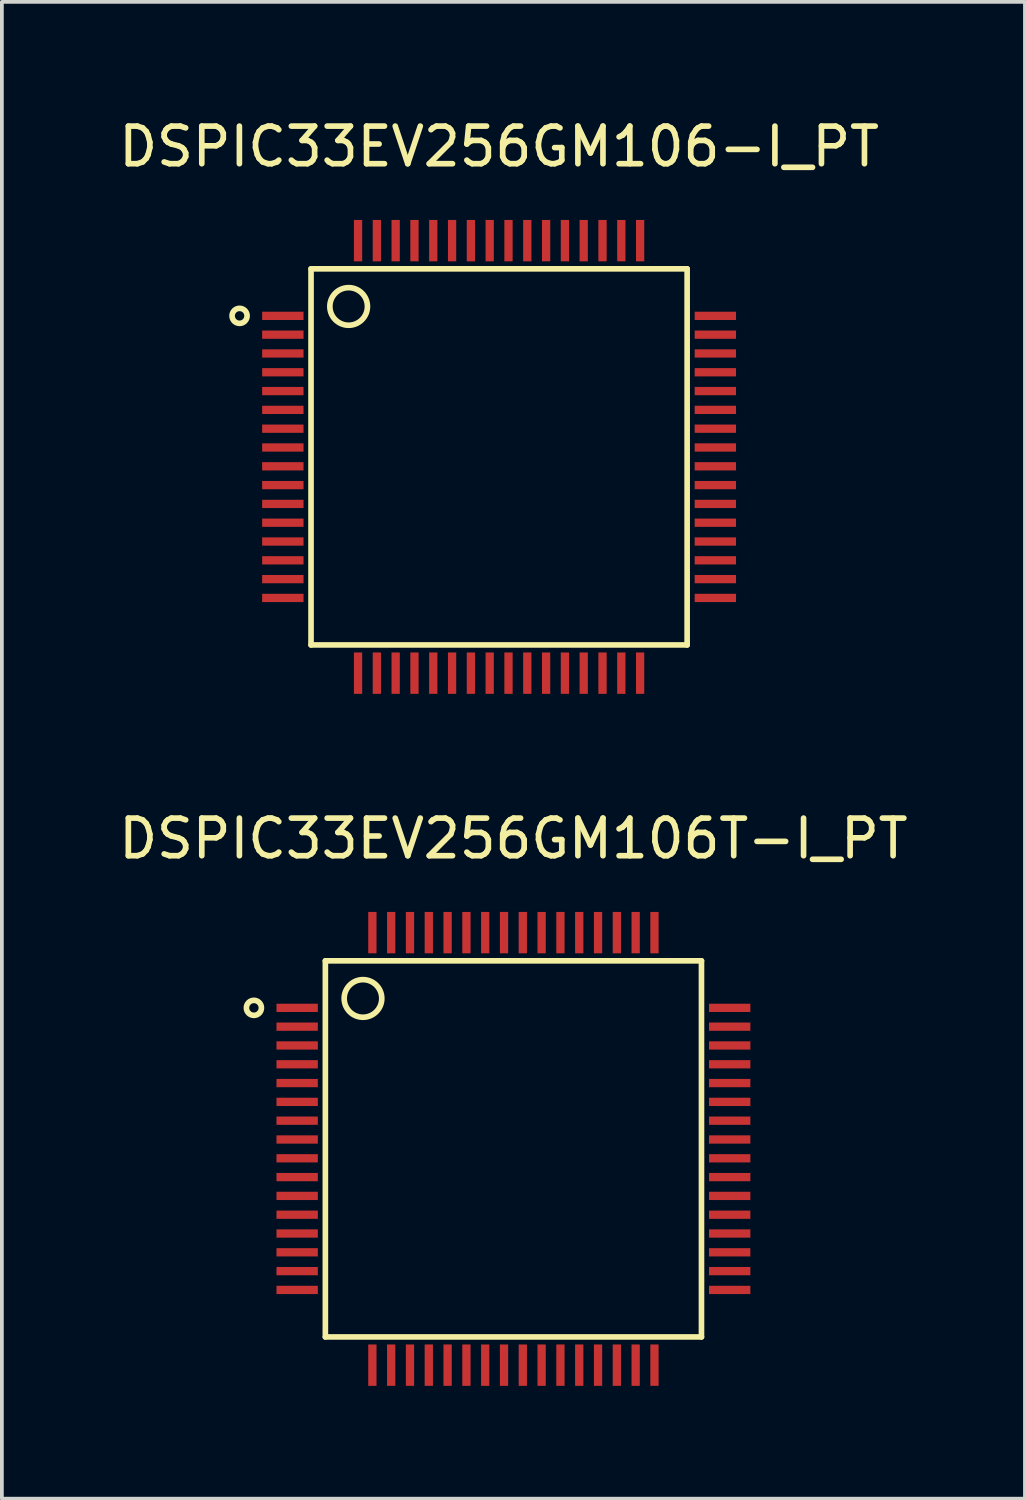
<source format=kicad_pcb>
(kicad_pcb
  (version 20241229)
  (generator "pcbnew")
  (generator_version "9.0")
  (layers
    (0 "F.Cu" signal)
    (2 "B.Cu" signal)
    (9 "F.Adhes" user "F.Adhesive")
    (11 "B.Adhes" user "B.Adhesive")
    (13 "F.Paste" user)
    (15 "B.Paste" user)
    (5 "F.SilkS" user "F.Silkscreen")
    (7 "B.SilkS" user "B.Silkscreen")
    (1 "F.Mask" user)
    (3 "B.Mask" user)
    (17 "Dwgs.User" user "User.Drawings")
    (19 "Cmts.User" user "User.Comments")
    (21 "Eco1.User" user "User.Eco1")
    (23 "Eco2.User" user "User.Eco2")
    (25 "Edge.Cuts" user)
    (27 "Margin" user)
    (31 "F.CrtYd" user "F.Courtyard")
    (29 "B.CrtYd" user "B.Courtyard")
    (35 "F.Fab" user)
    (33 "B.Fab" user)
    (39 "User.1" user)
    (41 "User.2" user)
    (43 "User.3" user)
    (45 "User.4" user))
  (footprint "DSPIC33EV256GM106-I_PT"
    (layer "F.Cu")
    (at 4.47 3.348)
    (property "Reference" "DSPIC33EV256GM106-I_PT" (at 5.75 -2.5 0) (layer "F.SilkS") (effects (font (size 1 1) (thickness 0.15))))
    (attr through_hole)
    (fp_line (start 0.75 0.75) (end 0.75 10.75) (stroke (width 0.15) (type solid)) (layer "F.SilkS"))
    (fp_line (start 0.75 0.75) (end 10.75 0.75) (stroke (width 0.15) (type solid)) (layer "F.SilkS"))
    (fp_line (start 0.75 10.75) (end 10.75 10.75) (stroke (width 0.15) (type solid)) (layer "F.SilkS"))
    (fp_line (start 10.75 10.75) (end 10.75 0.75) (stroke (width 0.15) (type solid)) (layer "F.SilkS"))
    (fp_circle (center -1.15 2) (end -1.15 1.8) (stroke (width 0.15) (type solid)) (fill no) (layer "F.SilkS"))
    (fp_circle (center 1.75 1.75) (end 1.75 1.25) (stroke (width 0.15) (type solid)) (fill no) (layer "F.SilkS"))
    (pad "1" smd rect (at 0 2) (size 1.1 0.22) (layers "F.Cu" "F.Mask" "F.Paste"))
    (pad "2" smd rect (at 0 2.5) (size 1.1 0.22) (layers "F.Cu" "F.Mask" "F.Paste"))
    (pad "3" smd rect (at 0 3) (size 1.1 0.22) (layers "F.Cu" "F.Mask" "F.Paste"))
    (pad "4" smd rect (at 0 3.5) (size 1.1 0.22) (layers "F.Cu" "F.Mask" "F.Paste"))
    (pad "5" smd rect (at 0 4) (size 1.1 0.22) (layers "F.Cu" "F.Mask" "F.Paste"))
    (pad "6" smd rect (at 0 4.5) (size 1.1 0.22) (layers "F.Cu" "F.Mask" "F.Paste"))
    (pad "7" smd rect (at 0 5) (size 1.1 0.22) (layers "F.Cu" "F.Mask" "F.Paste"))
    (pad "8" smd rect (at 0 5.5) (size 1.1 0.22) (layers "F.Cu" "F.Mask" "F.Paste"))
    (pad "9" smd rect (at 0 6) (size 1.1 0.22) (layers "F.Cu" "F.Mask" "F.Paste"))
    (pad "10" smd rect (at 0 6.5) (size 1.1 0.22) (layers "F.Cu" "F.Mask" "F.Paste"))
    (pad "11" smd rect (at 0 7) (size 1.1 0.22) (layers "F.Cu" "F.Mask" "F.Paste"))
    (pad "12" smd rect (at 0 7.5) (size 1.1 0.22) (layers "F.Cu" "F.Mask" "F.Paste"))
    (pad "13" smd rect (at 0 8) (size 1.1 0.22) (layers "F.Cu" "F.Mask" "F.Paste"))
    (pad "14" smd rect (at 0 8.5) (size 1.1 0.22) (layers "F.Cu" "F.Mask" "F.Paste"))
    (pad "15" smd rect (at 0 9) (size 1.1 0.22) (layers "F.Cu" "F.Mask" "F.Paste"))
    (pad "16" smd rect (at 0 9.5) (size 1.1 0.22) (layers "F.Cu" "F.Mask" "F.Paste"))
    (pad "17" smd rect (at 2 11.5) (size 0.22 1.1) (layers "F.Cu" "F.Mask" "F.Paste"))
    (pad "18" smd rect (at 2.5 11.5) (size 0.22 1.1) (layers "F.Cu" "F.Mask" "F.Paste"))
    (pad "19" smd rect (at 3 11.5) (size 0.22 1.1) (layers "F.Cu" "F.Mask" "F.Paste"))
    (pad "20" smd rect (at 3.5 11.5) (size 0.22 1.1) (layers "F.Cu" "F.Mask" "F.Paste"))
    (pad "21" smd rect (at 4 11.5) (size 0.22 1.1) (layers "F.Cu" "F.Mask" "F.Paste"))
    (pad "22" smd rect (at 4.5 11.5) (size 0.22 1.1) (layers "F.Cu" "F.Mask" "F.Paste"))
    (pad "23" smd rect (at 5 11.5) (size 0.22 1.1) (layers "F.Cu" "F.Mask" "F.Paste"))
    (pad "24" smd rect (at 5.5 11.5) (size 0.22 1.1) (layers "F.Cu" "F.Mask" "F.Paste"))
    (pad "25" smd rect (at 6 11.5) (size 0.22 1.1) (layers "F.Cu" "F.Mask" "F.Paste"))
    (pad "26" smd rect (at 6.5 11.5) (size 0.22 1.1) (layers "F.Cu" "F.Mask" "F.Paste"))
    (pad "27" smd rect (at 7 11.5) (size 0.22 1.1) (layers "F.Cu" "F.Mask" "F.Paste"))
    (pad "28" smd rect (at 7.5 11.5) (size 0.22 1.1) (layers "F.Cu" "F.Mask" "F.Paste"))
    (pad "29" smd rect (at 8 11.5) (size 0.22 1.1) (layers "F.Cu" "F.Mask" "F.Paste"))
    (pad "30" smd rect (at 8.5 11.5) (size 0.22 1.1) (layers "F.Cu" "F.Mask" "F.Paste"))
    (pad "31" smd rect (at 9 11.5) (size 0.22 1.1) (layers "F.Cu" "F.Mask" "F.Paste"))
    (pad "32" smd rect (at 9.5 11.5) (size 0.22 1.1) (layers "F.Cu" "F.Mask" "F.Paste"))
    (pad "33" smd rect (at 11.5 9.5) (size 1.1 0.22) (layers "F.Cu" "F.Mask" "F.Paste"))
    (pad "34" smd rect (at 11.5 9) (size 1.1 0.22) (layers "F.Cu" "F.Mask" "F.Paste"))
    (pad "35" smd rect (at 11.5 8.5) (size 1.1 0.22) (layers "F.Cu" "F.Mask" "F.Paste"))
    (pad "36" smd rect (at 11.5 8) (size 1.1 0.22) (layers "F.Cu" "F.Mask" "F.Paste"))
    (pad "37" smd rect (at 11.5 7.5) (size 1.1 0.22) (layers "F.Cu" "F.Mask" "F.Paste"))
    (pad "38" smd rect (at 11.5 7) (size 1.1 0.22) (layers "F.Cu" "F.Mask" "F.Paste"))
    (pad "39" smd rect (at 11.5 6.5) (size 1.1 0.22) (layers "F.Cu" "F.Mask" "F.Paste"))
    (pad "40" smd rect (at 11.5 6) (size 1.1 0.22) (layers "F.Cu" "F.Mask" "F.Paste"))
    (pad "41" smd rect (at 11.5 5.5) (size 1.1 0.22) (layers "F.Cu" "F.Mask" "F.Paste"))
    (pad "42" smd rect (at 11.5 5) (size 1.1 0.22) (layers "F.Cu" "F.Mask" "F.Paste"))
    (pad "43" smd rect (at 11.5 4.5) (size 1.1 0.22) (layers "F.Cu" "F.Mask" "F.Paste"))
    (pad "44" smd rect (at 11.5 4) (size 1.1 0.22) (layers "F.Cu" "F.Mask" "F.Paste"))
    (pad "45" smd rect (at 11.5 3.5) (size 1.1 0.22) (layers "F.Cu" "F.Mask" "F.Paste"))
    (pad "46" smd rect (at 11.5 3) (size 1.1 0.22) (layers "F.Cu" "F.Mask" "F.Paste"))
    (pad "47" smd rect (at 11.5 2.5) (size 1.1 0.22) (layers "F.Cu" "F.Mask" "F.Paste"))
    (pad "48" smd rect (at 11.5 2) (size 1.1 0.22) (layers "F.Cu" "F.Mask" "F.Paste"))
    (pad "49" smd rect (at 9.5 0) (size 0.22 1.1) (layers "F.Cu" "F.Mask" "F.Paste"))
    (pad "50" smd rect (at 9 0) (size 0.22 1.1) (layers "F.Cu" "F.Mask" "F.Paste"))
    (pad "51" smd rect (at 8.5 0) (size 0.22 1.1) (layers "F.Cu" "F.Mask" "F.Paste"))
    (pad "52" smd rect (at 8 0) (size 0.22 1.1) (layers "F.Cu" "F.Mask" "F.Paste"))
    (pad "53" smd rect (at 7.5 0) (size 0.22 1.1) (layers "F.Cu" "F.Mask" "F.Paste"))
    (pad "54" smd rect (at 7 0) (size 0.22 1.1) (layers "F.Cu" "F.Mask" "F.Paste"))
    (pad "55" smd rect (at 6.5 0) (size 0.22 1.1) (layers "F.Cu" "F.Mask" "F.Paste"))
    (pad "56" smd rect (at 6 0) (size 0.22 1.1) (layers "F.Cu" "F.Mask" "F.Paste"))
    (pad "57" smd rect (at 5.5 0) (size 0.22 1.1) (layers "F.Cu" "F.Mask" "F.Paste"))
    (pad "58" smd rect (at 5 0) (size 0.22 1.1) (layers "F.Cu" "F.Mask" "F.Paste"))
    (pad "59" smd rect (at 4.5 0) (size 0.22 1.1) (layers "F.Cu" "F.Mask" "F.Paste"))
    (pad "60" smd rect (at 4 0) (size 0.22 1.1) (layers "F.Cu" "F.Mask" "F.Paste"))
    (pad "61" smd rect (at 3.5 0) (size 0.22 1.1) (layers "F.Cu" "F.Mask" "F.Paste"))
    (pad "62" smd rect (at 3 0) (size 0.22 1.1) (layers "F.Cu" "F.Mask" "F.Paste"))
    (pad "63" smd rect (at 2.5 0) (size 0.22 1.1) (layers "F.Cu" "F.Mask" "F.Paste"))
    (pad "64" smd rect (at 2 0) (size 0.22 1.1) (layers "F.Cu" "F.Mask" "F.Paste")))
  (footprint "DSPIC33EV256GM106T-I_PT"
    (layer "F.Cu")
    (at 4.851 21.747)
    (property "Reference" "DSPIC33EV256GM106T-I_PT" (at 5.75 -2.5 0) (layer "F.SilkS") (effects (font (size 1 1) (thickness 0.15))))
    (attr through_hole)
    (fp_line (start 0.75 0.75) (end 0.75 10.75) (stroke (width 0.15) (type solid)) (layer "F.SilkS"))
    (fp_line (start 0.75 0.75) (end 10.75 0.75) (stroke (width 0.15) (type solid)) (layer "F.SilkS"))
    (fp_line (start 0.75 10.75) (end 10.75 10.75) (stroke (width 0.15) (type solid)) (layer "F.SilkS"))
    (fp_line (start 10.75 10.75) (end 10.75 0.75) (stroke (width 0.15) (type solid)) (layer "F.SilkS"))
    (fp_circle (center -1.15 2) (end -1.15 1.8) (stroke (width 0.15) (type solid)) (fill no) (layer "F.SilkS"))
    (fp_circle (center 1.75 1.75) (end 1.75 1.25) (stroke (width 0.15) (type solid)) (fill no) (layer "F.SilkS"))
    (pad "1" smd rect (at 0 2) (size 1.1 0.22) (layers "F.Cu" "F.Mask" "F.Paste"))
    (pad "2" smd rect (at 0 2.5) (size 1.1 0.22) (layers "F.Cu" "F.Mask" "F.Paste"))
    (pad "3" smd rect (at 0 3) (size 1.1 0.22) (layers "F.Cu" "F.Mask" "F.Paste"))
    (pad "4" smd rect (at 0 3.5) (size 1.1 0.22) (layers "F.Cu" "F.Mask" "F.Paste"))
    (pad "5" smd rect (at 0 4) (size 1.1 0.22) (layers "F.Cu" "F.Mask" "F.Paste"))
    (pad "6" smd rect (at 0 4.5) (size 1.1 0.22) (layers "F.Cu" "F.Mask" "F.Paste"))
    (pad "7" smd rect (at 0 5) (size 1.1 0.22) (layers "F.Cu" "F.Mask" "F.Paste"))
    (pad "8" smd rect (at 0 5.5) (size 1.1 0.22) (layers "F.Cu" "F.Mask" "F.Paste"))
    (pad "9" smd rect (at 0 6) (size 1.1 0.22) (layers "F.Cu" "F.Mask" "F.Paste"))
    (pad "10" smd rect (at 0 6.5) (size 1.1 0.22) (layers "F.Cu" "F.Mask" "F.Paste"))
    (pad "11" smd rect (at 0 7) (size 1.1 0.22) (layers "F.Cu" "F.Mask" "F.Paste"))
    (pad "12" smd rect (at 0 7.5) (size 1.1 0.22) (layers "F.Cu" "F.Mask" "F.Paste"))
    (pad "13" smd rect (at 0 8) (size 1.1 0.22) (layers "F.Cu" "F.Mask" "F.Paste"))
    (pad "14" smd rect (at 0 8.5) (size 1.1 0.22) (layers "F.Cu" "F.Mask" "F.Paste"))
    (pad "15" smd rect (at 0 9) (size 1.1 0.22) (layers "F.Cu" "F.Mask" "F.Paste"))
    (pad "16" smd rect (at 0 9.5) (size 1.1 0.22) (layers "F.Cu" "F.Mask" "F.Paste"))
    (pad "17" smd rect (at 2 11.5) (size 0.22 1.1) (layers "F.Cu" "F.Mask" "F.Paste"))
    (pad "18" smd rect (at 2.5 11.5) (size 0.22 1.1) (layers "F.Cu" "F.Mask" "F.Paste"))
    (pad "19" smd rect (at 3 11.5) (size 0.22 1.1) (layers "F.Cu" "F.Mask" "F.Paste"))
    (pad "20" smd rect (at 3.5 11.5) (size 0.22 1.1) (layers "F.Cu" "F.Mask" "F.Paste"))
    (pad "21" smd rect (at 4 11.5) (size 0.22 1.1) (layers "F.Cu" "F.Mask" "F.Paste"))
    (pad "22" smd rect (at 4.5 11.5) (size 0.22 1.1) (layers "F.Cu" "F.Mask" "F.Paste"))
    (pad "23" smd rect (at 5 11.5) (size 0.22 1.1) (layers "F.Cu" "F.Mask" "F.Paste"))
    (pad "24" smd rect (at 5.5 11.5) (size 0.22 1.1) (layers "F.Cu" "F.Mask" "F.Paste"))
    (pad "25" smd rect (at 6 11.5) (size 0.22 1.1) (layers "F.Cu" "F.Mask" "F.Paste"))
    (pad "26" smd rect (at 6.5 11.5) (size 0.22 1.1) (layers "F.Cu" "F.Mask" "F.Paste"))
    (pad "27" smd rect (at 7 11.5) (size 0.22 1.1) (layers "F.Cu" "F.Mask" "F.Paste"))
    (pad "28" smd rect (at 7.5 11.5) (size 0.22 1.1) (layers "F.Cu" "F.Mask" "F.Paste"))
    (pad "29" smd rect (at 8 11.5) (size 0.22 1.1) (layers "F.Cu" "F.Mask" "F.Paste"))
    (pad "30" smd rect (at 8.5 11.5) (size 0.22 1.1) (layers "F.Cu" "F.Mask" "F.Paste"))
    (pad "31" smd rect (at 9 11.5) (size 0.22 1.1) (layers "F.Cu" "F.Mask" "F.Paste"))
    (pad "32" smd rect (at 9.5 11.5) (size 0.22 1.1) (layers "F.Cu" "F.Mask" "F.Paste"))
    (pad "33" smd rect (at 11.5 9.5) (size 1.1 0.22) (layers "F.Cu" "F.Mask" "F.Paste"))
    (pad "34" smd rect (at 11.5 9) (size 1.1 0.22) (layers "F.Cu" "F.Mask" "F.Paste"))
    (pad "35" smd rect (at 11.5 8.5) (size 1.1 0.22) (layers "F.Cu" "F.Mask" "F.Paste"))
    (pad "36" smd rect (at 11.5 8) (size 1.1 0.22) (layers "F.Cu" "F.Mask" "F.Paste"))
    (pad "37" smd rect (at 11.5 7.5) (size 1.1 0.22) (layers "F.Cu" "F.Mask" "F.Paste"))
    (pad "38" smd rect (at 11.5 7) (size 1.1 0.22) (layers "F.Cu" "F.Mask" "F.Paste"))
    (pad "39" smd rect (at 11.5 6.5) (size 1.1 0.22) (layers "F.Cu" "F.Mask" "F.Paste"))
    (pad "40" smd rect (at 11.5 6) (size 1.1 0.22) (layers "F.Cu" "F.Mask" "F.Paste"))
    (pad "41" smd rect (at 11.5 5.5) (size 1.1 0.22) (layers "F.Cu" "F.Mask" "F.Paste"))
    (pad "42" smd rect (at 11.5 5) (size 1.1 0.22) (layers "F.Cu" "F.Mask" "F.Paste"))
    (pad "43" smd rect (at 11.5 4.5) (size 1.1 0.22) (layers "F.Cu" "F.Mask" "F.Paste"))
    (pad "44" smd rect (at 11.5 4) (size 1.1 0.22) (layers "F.Cu" "F.Mask" "F.Paste"))
    (pad "45" smd rect (at 11.5 3.5) (size 1.1 0.22) (layers "F.Cu" "F.Mask" "F.Paste"))
    (pad "46" smd rect (at 11.5 3) (size 1.1 0.22) (layers "F.Cu" "F.Mask" "F.Paste"))
    (pad "47" smd rect (at 11.5 2.5) (size 1.1 0.22) (layers "F.Cu" "F.Mask" "F.Paste"))
    (pad "48" smd rect (at 11.5 2) (size 1.1 0.22) (layers "F.Cu" "F.Mask" "F.Paste"))
    (pad "49" smd rect (at 9.5 0) (size 0.22 1.1) (layers "F.Cu" "F.Mask" "F.Paste"))
    (pad "50" smd rect (at 9 0) (size 0.22 1.1) (layers "F.Cu" "F.Mask" "F.Paste"))
    (pad "51" smd rect (at 8.5 0) (size 0.22 1.1) (layers "F.Cu" "F.Mask" "F.Paste"))
    (pad "52" smd rect (at 8 0) (size 0.22 1.1) (layers "F.Cu" "F.Mask" "F.Paste"))
    (pad "53" smd rect (at 7.5 0) (size 0.22 1.1) (layers "F.Cu" "F.Mask" "F.Paste"))
    (pad "54" smd rect (at 7 0) (size 0.22 1.1) (layers "F.Cu" "F.Mask" "F.Paste"))
    (pad "55" smd rect (at 6.5 0) (size 0.22 1.1) (layers "F.Cu" "F.Mask" "F.Paste"))
    (pad "56" smd rect (at 6 0) (size 0.22 1.1) (layers "F.Cu" "F.Mask" "F.Paste"))
    (pad "57" smd rect (at 5.5 0) (size 0.22 1.1) (layers "F.Cu" "F.Mask" "F.Paste"))
    (pad "58" smd rect (at 5 0) (size 0.22 1.1) (layers "F.Cu" "F.Mask" "F.Paste"))
    (pad "59" smd rect (at 4.5 0) (size 0.22 1.1) (layers "F.Cu" "F.Mask" "F.Paste"))
    (pad "60" smd rect (at 4 0) (size 0.22 1.1) (layers "F.Cu" "F.Mask" "F.Paste"))
    (pad "61" smd rect (at 3.5 0) (size 0.22 1.1) (layers "F.Cu" "F.Mask" "F.Paste"))
    (pad "62" smd rect (at 3 0) (size 0.22 1.1) (layers "F.Cu" "F.Mask" "F.Paste"))
    (pad "63" smd rect (at 2.5 0) (size 0.22 1.1) (layers "F.Cu" "F.Mask" "F.Paste"))
    (pad "64" smd rect (at 2 0) (size 0.22 1.1) (layers "F.Cu" "F.Mask" "F.Paste")))
  (gr_rect
    (start -3 -3)
    (end 24.202 36.797)
    (stroke (width 0.1) (type default))
    (fill no)
    (layer "Edge.Cuts")))
</source>
